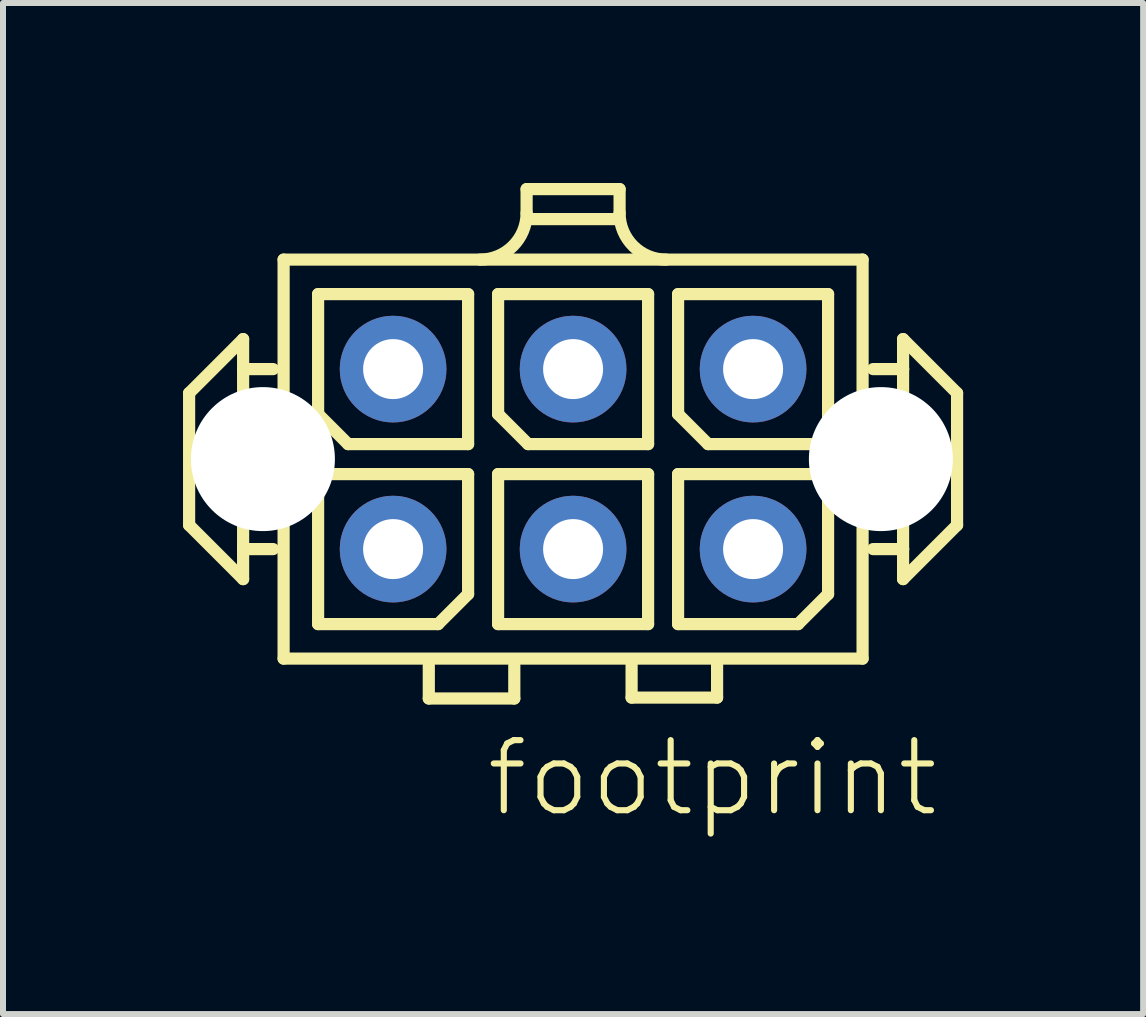
<source format=kicad_pcb>
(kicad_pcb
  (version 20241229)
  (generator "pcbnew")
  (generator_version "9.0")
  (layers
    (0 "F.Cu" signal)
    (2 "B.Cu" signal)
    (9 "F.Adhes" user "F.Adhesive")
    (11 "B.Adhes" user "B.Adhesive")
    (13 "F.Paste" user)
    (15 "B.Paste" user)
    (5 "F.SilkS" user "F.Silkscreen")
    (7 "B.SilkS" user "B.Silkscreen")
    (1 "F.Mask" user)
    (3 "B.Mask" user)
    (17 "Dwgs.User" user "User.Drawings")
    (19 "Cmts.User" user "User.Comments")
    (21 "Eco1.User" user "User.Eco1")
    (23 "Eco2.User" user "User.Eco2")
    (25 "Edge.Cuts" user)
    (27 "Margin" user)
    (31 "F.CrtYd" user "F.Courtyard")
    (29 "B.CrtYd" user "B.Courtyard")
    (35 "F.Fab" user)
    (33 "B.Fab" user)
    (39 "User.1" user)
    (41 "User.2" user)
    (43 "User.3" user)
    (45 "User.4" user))
  (footprint "footprint"
    (layer "F.Cu")
    (at 6.502 4.602)
    (property "Reference" "footprint" (at -1.5 6 0) (layer "F.SilkS") (effects (font (size 1.168 1.168) (thickness 0.102)) (justify left bottom)))
    (fp_line (start -6.4 -1.1) (end -5.5 -2) (stroke (width 0.203) (type solid)) (layer "F.SilkS"))
    (fp_line (start -6.4 1.1) (end -6.4 -1.1) (stroke (width 0.203) (type solid)) (layer "F.SilkS"))
    (fp_line (start -5.5 -2) (end -5.5 -1.5) (stroke (width 0.203) (type solid)) (layer "F.SilkS"))
    (fp_line (start -5.5 -1.5) (end -5.5 1.5) (stroke (width 0.203) (type solid)) (layer "F.SilkS"))
    (fp_line (start -5.5 -1.5) (end -5 -1.5) (stroke (width 0.203) (type solid)) (layer "F.SilkS"))
    (fp_line (start -5.5 1.5) (end -5.5 2) (stroke (width 0.203) (type solid)) (layer "F.SilkS"))
    (fp_line (start -5.5 1.5) (end -5 1.5) (stroke (width 0.203) (type solid)) (layer "F.SilkS"))
    (fp_line (start -5.5 2) (end -6.4 1.1) (stroke (width 0.203) (type solid)) (layer "F.SilkS"))
    (fp_line (start -4.825 -3.325) (end 4.825 -3.325) (stroke (width 0.203) (type solid)) (layer "F.SilkS"))
    (fp_line (start -4.825 3.325) (end -4.825 -3.325) (stroke (width 0.203) (type solid)) (layer "F.SilkS"))
    (fp_line (start -4.25 -2.75) (end -4.25 -0.75) (stroke (width 0.203) (type solid)) (layer "F.SilkS"))
    (fp_line (start -4.25 0.25) (end -4.25 2.75) (stroke (width 0.203) (type solid)) (layer "F.SilkS"))
    (fp_line (start -4.25 0.25) (end -1.75 0.25) (stroke (width 0.203) (type solid)) (layer "F.SilkS"))
    (fp_line (start -4.25 2.75) (end -2.25 2.75) (stroke (width 0.203) (type solid)) (layer "F.SilkS"))
    (fp_line (start -3.75 -0.25) (end -4.25 -0.75) (stroke (width 0.203) (type solid)) (layer "F.SilkS"))
    (fp_line (start -3.75 -0.25) (end -1.75 -0.25) (stroke (width 0.203) (type solid)) (layer "F.SilkS"))
    (fp_line (start -2.405 3.99) (end -2.405 3.44) (stroke (width 0.203) (type solid)) (layer "F.SilkS"))
    (fp_line (start -2.25 2.75) (end -1.75 2.25) (stroke (width 0.203) (type solid)) (layer "F.SilkS"))
    (fp_line (start -1.75 -2.75) (end -4.25 -2.75) (stroke (width 0.203) (type solid)) (layer "F.SilkS"))
    (fp_line (start -1.75 -2.75) (end -1.75 -0.25) (stroke (width 0.203) (type solid)) (layer "F.SilkS"))
    (fp_line (start -1.75 0.25) (end -1.75 2.25) (stroke (width 0.203) (type solid)) (layer "F.SilkS"))
    (fp_line (start -1.25 -2.75) (end -1.25 -0.75) (stroke (width 0.203) (type solid)) (layer "F.SilkS"))
    (fp_line (start -1.25 0.25) (end -1.25 2.75) (stroke (width 0.203) (type solid)) (layer "F.SilkS"))
    (fp_line (start -1.25 0.25) (end 1.25 0.25) (stroke (width 0.203) (type solid)) (layer "F.SilkS"))
    (fp_line (start -1.25 2.75) (end 1.25 2.75) (stroke (width 0.203) (type solid)) (layer "F.SilkS"))
    (fp_line (start -0.98 3.99) (end -2.405 3.99) (stroke (width 0.203) (type solid)) (layer "F.SilkS"))
    (fp_line (start -0.98 3.99) (end -0.98 3.44) (stroke (width 0.203) (type solid)) (layer "F.SilkS"))
    (fp_line (start -0.775 -4.5) (end 0.775 -4.5) (stroke (width 0.203) (type solid)) (layer "F.SilkS"))
    (fp_line (start -0.775 -4.1) (end -0.775 -4.5) (stroke (width 0.203) (type solid)) (layer "F.SilkS"))
    (fp_line (start -0.75 -0.25) (end -1.25 -0.75) (stroke (width 0.203) (type solid)) (layer "F.SilkS"))
    (fp_line (start -0.75 -0.25) (end 1.25 -0.25) (stroke (width 0.203) (type solid)) (layer "F.SilkS"))
    (fp_line (start 0.75 -4) (end -0.75 -4) (stroke (width 0.203) (type solid)) (layer "F.SilkS"))
    (fp_line (start 0.775 -4.1) (end 0.775 -4.5) (stroke (width 0.203) (type solid)) (layer "F.SilkS"))
    (fp_line (start 0.975 3.975) (end 0.975 3.425) (stroke (width 0.203) (type solid)) (layer "F.SilkS"))
    (fp_line (start 1.25 -2.75) (end -1.25 -2.75) (stroke (width 0.203) (type solid)) (layer "F.SilkS"))
    (fp_line (start 1.25 -2.75) (end 1.25 -0.25) (stroke (width 0.203) (type solid)) (layer "F.SilkS"))
    (fp_line (start 1.25 0.25) (end 1.25 2.75) (stroke (width 0.203) (type solid)) (layer "F.SilkS"))
    (fp_line (start 1.75 -2.75) (end 1.75 -0.75) (stroke (width 0.203) (type solid)) (layer "F.SilkS"))
    (fp_line (start 1.75 0.25) (end 1.75 2.75) (stroke (width 0.203) (type solid)) (layer "F.SilkS"))
    (fp_line (start 1.75 0.25) (end 4.25 0.25) (stroke (width 0.203) (type solid)) (layer "F.SilkS"))
    (fp_line (start 1.75 2.75) (end 3.75 2.75) (stroke (width 0.203) (type solid)) (layer "F.SilkS"))
    (fp_line (start 2.25 -0.25) (end 1.75 -0.75) (stroke (width 0.203) (type solid)) (layer "F.SilkS"))
    (fp_line (start 2.25 -0.25) (end 4.25 -0.25) (stroke (width 0.203) (type solid)) (layer "F.SilkS"))
    (fp_line (start 2.4 3.975) (end 0.975 3.975) (stroke (width 0.203) (type solid)) (layer "F.SilkS"))
    (fp_line (start 2.4 3.975) (end 2.4 3.425) (stroke (width 0.203) (type solid)) (layer "F.SilkS"))
    (fp_line (start 3.75 2.75) (end 4.25 2.25) (stroke (width 0.203) (type solid)) (layer "F.SilkS"))
    (fp_line (start 4.25 -2.75) (end 1.75 -2.75) (stroke (width 0.203) (type solid)) (layer "F.SilkS"))
    (fp_line (start 4.25 -0.25) (end 4.25 -2.75) (stroke (width 0.203) (type solid)) (layer "F.SilkS"))
    (fp_line (start 4.25 2.25) (end 4.25 0.25) (stroke (width 0.203) (type solid)) (layer "F.SilkS"))
    (fp_line (start 4.825 -3.325) (end 4.825 3.325) (stroke (width 0.203) (type solid)) (layer "F.SilkS"))
    (fp_line (start 4.825 3.325) (end -4.825 3.325) (stroke (width 0.203) (type solid)) (layer "F.SilkS"))
    (fp_line (start 5.5 -2) (end 5.5 -1.5) (stroke (width 0.203) (type solid)) (layer "F.SilkS"))
    (fp_line (start 5.5 -2) (end 6.4 -1.1) (stroke (width 0.203) (type solid)) (layer "F.SilkS"))
    (fp_line (start 5.5 -1.5) (end 5 -1.5) (stroke (width 0.203) (type solid)) (layer "F.SilkS"))
    (fp_line (start 5.5 -1.5) (end 5.5 1.5) (stroke (width 0.203) (type solid)) (layer "F.SilkS"))
    (fp_line (start 5.5 1.5) (end 5 1.5) (stroke (width 0.203) (type solid)) (layer "F.SilkS"))
    (fp_line (start 5.5 1.5) (end 5.5 2) (stroke (width 0.203) (type solid)) (layer "F.SilkS"))
    (fp_line (start 6.4 -1.1) (end 6.4 1.1) (stroke (width 0.203) (type solid)) (layer "F.SilkS"))
    (fp_line (start 6.4 1.1) (end 5.5 2) (stroke (width 0.203) (type solid)) (layer "F.SilkS"))
    (fp_arc (start -0.775 -4.1) (mid -1.001992 -3.551992) (end -1.55 -3.325) (stroke (width 0.2032) (type solid)) (layer "F.SilkS"))
    (fp_arc (start 1.55 -3.325) (mid 1.001992 -3.551992) (end 0.775 -4.1) (stroke (width 0.2032) (type solid)) (layer "F.SilkS"))
    (pad "" np_thru_hole circle (at -5.17 0) (size 2.4 2.4) (drill 2.4) (layers "*.Cu" "*.Mask"))
    (pad "" np_thru_hole circle (at 5.13 0) (size 2.4 2.4) (drill 2.4) (layers "*.Cu" "*.Mask"))
    (pad "1" thru_hole circle (at 3 1.5) (size 1.778 1.778) (drill 1) (layers "*.Cu" "*.Mask"))
    (pad "2" thru_hole circle (at 3 -1.5) (size 1.778 1.778) (drill 1) (layers "*.Cu" "*.Mask"))
    (pad "3" thru_hole circle (at 0 1.5) (size 1.778 1.778) (drill 1) (layers "*.Cu" "*.Mask"))
    (pad "4" thru_hole circle (at 0 -1.5) (size 1.778 1.778) (drill 1) (layers "*.Cu" "*.Mask"))
    (pad "5" thru_hole circle (at -3 1.5) (size 1.778 1.778) (drill 1) (layers "*.Cu" "*.Mask"))
    (pad "6" thru_hole circle (at -3 -1.5) (size 1.778 1.778) (drill 1) (layers "*.Cu" "*.Mask")))
  (gr_rect
    (start -3 -3)
    (end 16.003 13.852)
    (stroke (width 0.1) (type default))
    (fill no)
    (layer "Edge.Cuts")))
</source>
